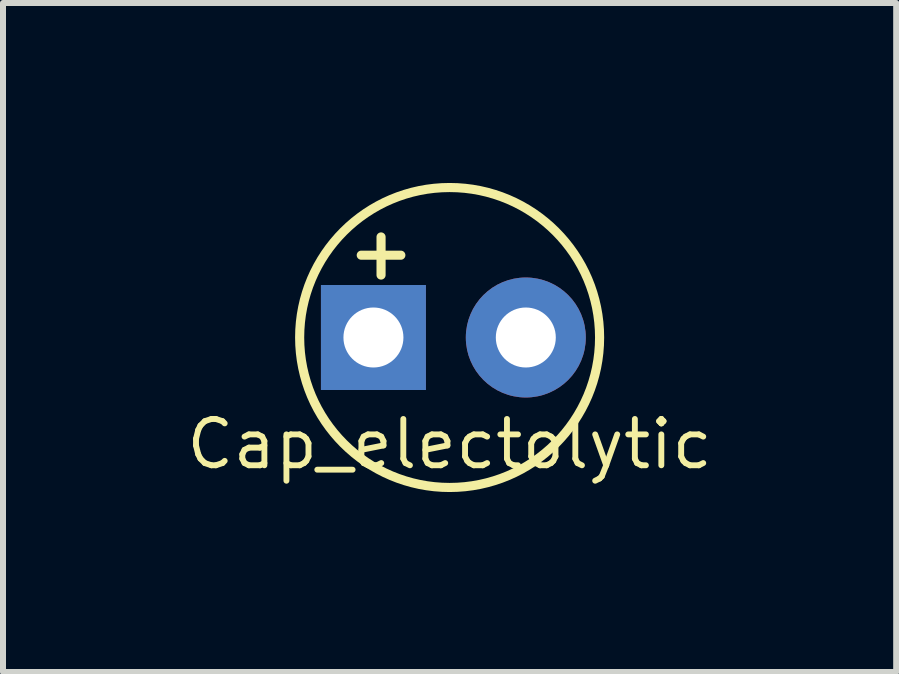
<source format=kicad_pcb>
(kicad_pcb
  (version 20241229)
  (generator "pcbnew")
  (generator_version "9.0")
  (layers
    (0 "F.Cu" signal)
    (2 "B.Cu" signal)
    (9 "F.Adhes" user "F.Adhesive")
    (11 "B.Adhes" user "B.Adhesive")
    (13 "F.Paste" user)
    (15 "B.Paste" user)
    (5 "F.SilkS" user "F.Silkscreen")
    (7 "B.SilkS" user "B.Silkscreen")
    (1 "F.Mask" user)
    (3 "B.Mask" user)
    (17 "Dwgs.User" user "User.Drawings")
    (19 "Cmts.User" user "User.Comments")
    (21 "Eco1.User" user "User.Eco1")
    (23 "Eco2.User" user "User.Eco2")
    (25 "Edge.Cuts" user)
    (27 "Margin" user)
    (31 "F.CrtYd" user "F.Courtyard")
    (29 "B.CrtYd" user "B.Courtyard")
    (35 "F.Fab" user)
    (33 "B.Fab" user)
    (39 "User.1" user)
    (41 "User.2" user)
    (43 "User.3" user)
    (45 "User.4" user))
  (footprint "Cap_electolytic"
    (layer "F.Cu")
    (at 4.445 2.576)
    (property "Reference" "Cap_electolytic" (at 0 1.778 0) (layer "F.SilkS") (effects (font (size 0.772 0.772) (thickness 0.098))))
    (attr through_hole)
    (fp_line (start -1.143 -1.676) (end -1.143 -1.041) (stroke (width 0.152) (type solid)) (layer "F.SilkS"))
    (fp_line (start -0.813 -1.372) (end -1.473 -1.372) (stroke (width 0.152) (type solid)) (layer "F.SilkS"))
    (fp_circle (center 0 0) (end 2.5 0) (stroke (width 0.152) (type solid)) (fill no) (layer "F.SilkS"))
    (pad "1" thru_hole rect (at -1.27 0) (size 1.75 1.75) (drill 1) (layers "*.Cu" "*.Mask"))
    (pad "2" thru_hole circle (at 1.27 0) (size 2 2) (drill 1) (layers "*.Cu" "*.Mask")))
  (gr_rect
    (start -3 -3)
    (end 11.889 8.152)
    (stroke (width 0.1) (type default))
    (fill no)
    (layer "Edge.Cuts")))
</source>
